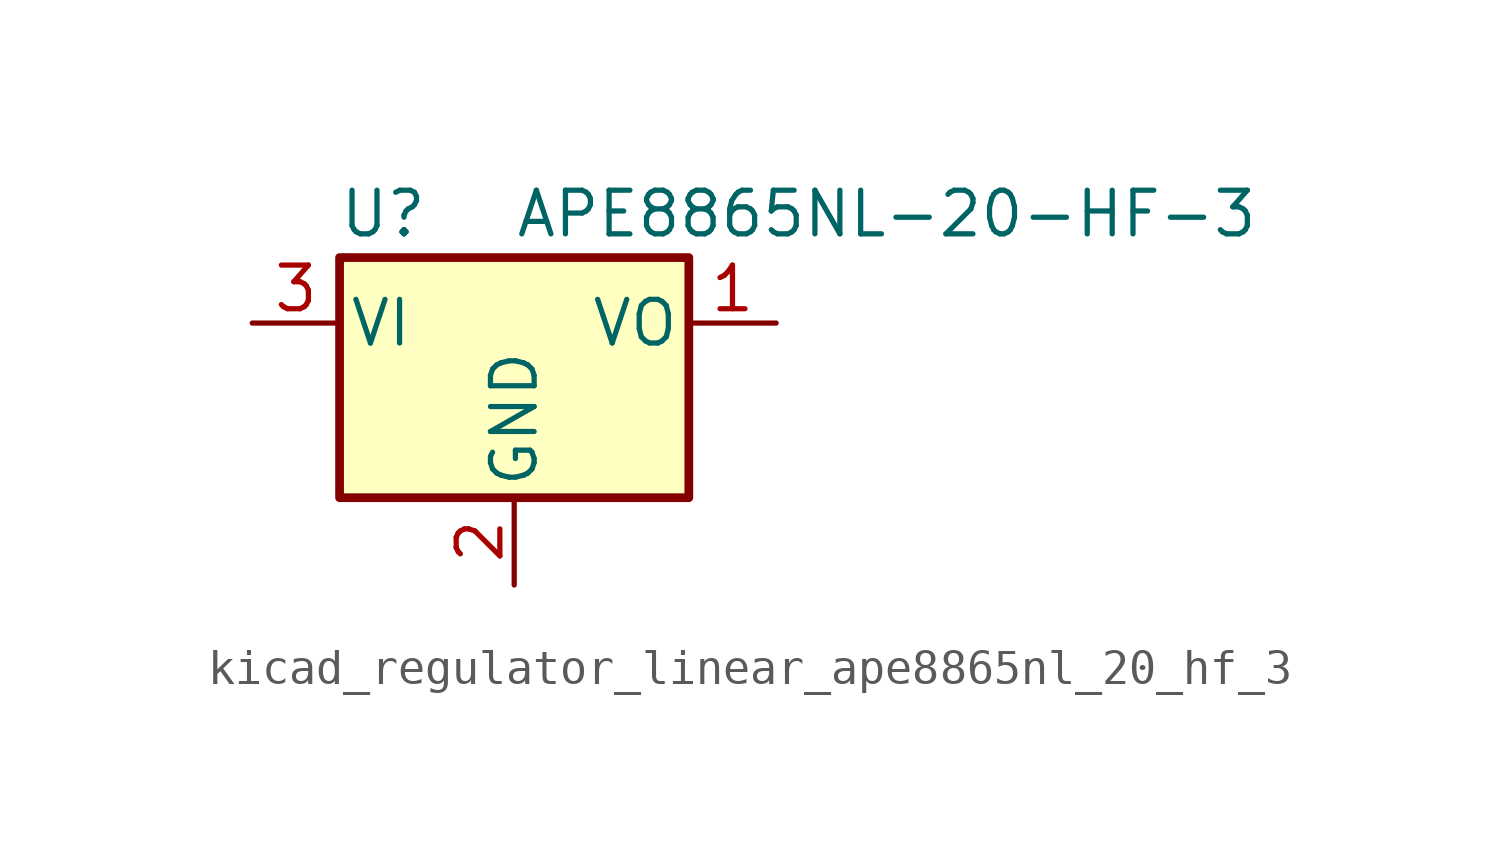
<source format=kicad_sym>
(kicad_symbol_lib
  (version 20220914)
  (generator kicad_symbol_editor)
  (symbol "kicad_regulator_linear_ape8865nl_20_hf_3"
    (pin_names
      (offset 0.254))
    (property "Reference" "U"
      (at -3.81 3.175 0)
      (effects (font (size 1.27 1.27))))
    (property "Value" "APE8865NL-20-HF-3"
      (at 0 3.175 0)
      (effects (font (size 1.27 1.27)) (justify left)))
    (symbol "kicad_regulator_linear_ape8865nl_20_hf_3_0_1"
      (rectangle (start -5.08 1.905) (end 5.08 -5.08) (stroke (width 0.254) (type default)) (fill (type background))))
    (symbol "kicad_regulator_linear_ape8865nl_20_hf_3_1_1"
      (pin power_out line (at 7.62 0 180) (length 2.54) (name "VO" (effects (font (size 1.27 1.27)))) (number "1" (effects (font (size 1.27 1.27)))))
      (pin power_in line (at 0 -7.62 90) (length 2.54) (name "GND" (effects (font (size 1.27 1.27)))) (number "2" (effects (font (size 1.27 1.27)))))
      (pin power_in line (at -7.62 0 0) (length 2.54) (name "VI" (effects (font (size 1.27 1.27)))) (number "3" (effects (font (size 1.27 1.27))))))))
</source>
